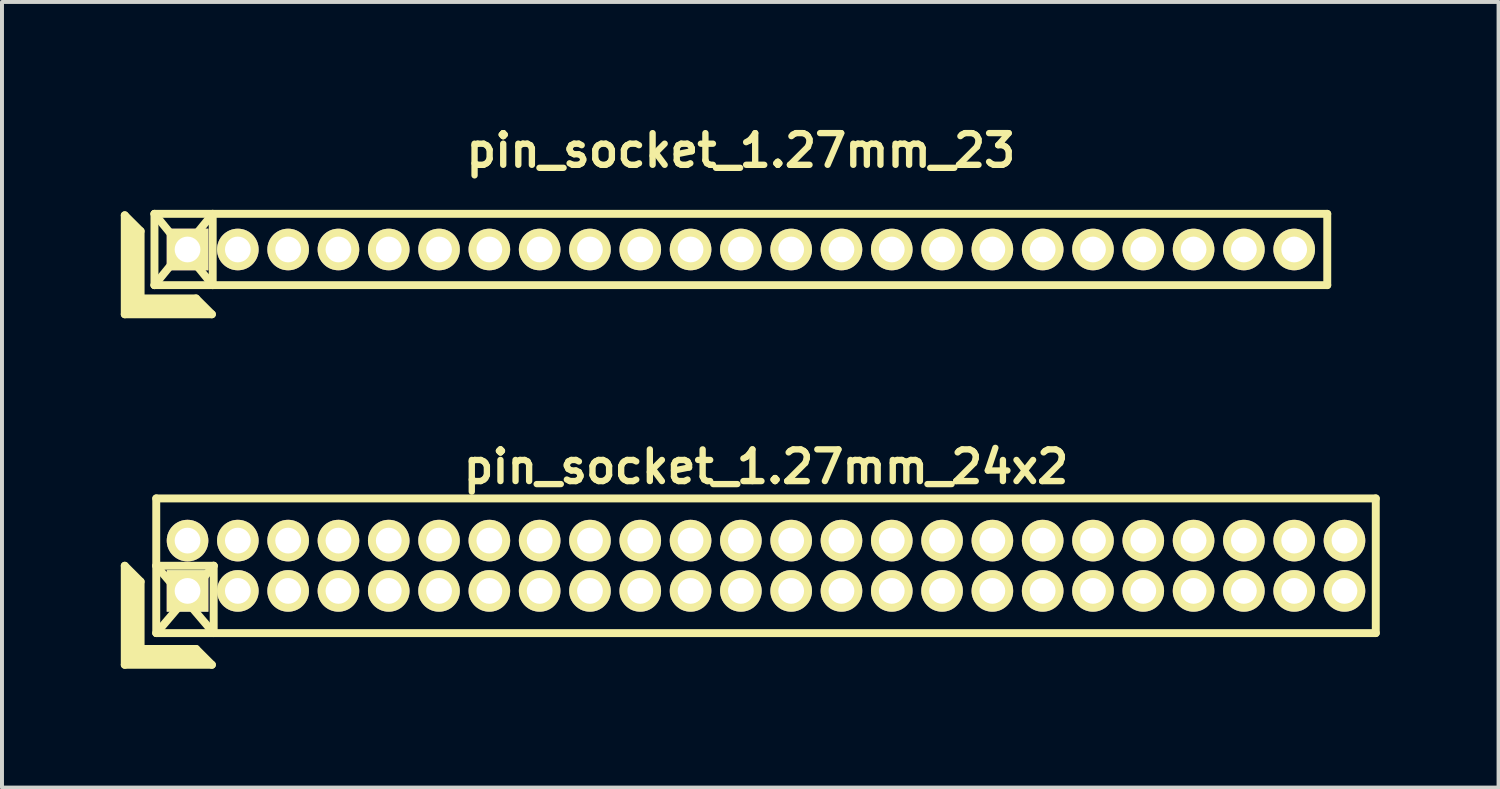
<source format=kicad_pcb>
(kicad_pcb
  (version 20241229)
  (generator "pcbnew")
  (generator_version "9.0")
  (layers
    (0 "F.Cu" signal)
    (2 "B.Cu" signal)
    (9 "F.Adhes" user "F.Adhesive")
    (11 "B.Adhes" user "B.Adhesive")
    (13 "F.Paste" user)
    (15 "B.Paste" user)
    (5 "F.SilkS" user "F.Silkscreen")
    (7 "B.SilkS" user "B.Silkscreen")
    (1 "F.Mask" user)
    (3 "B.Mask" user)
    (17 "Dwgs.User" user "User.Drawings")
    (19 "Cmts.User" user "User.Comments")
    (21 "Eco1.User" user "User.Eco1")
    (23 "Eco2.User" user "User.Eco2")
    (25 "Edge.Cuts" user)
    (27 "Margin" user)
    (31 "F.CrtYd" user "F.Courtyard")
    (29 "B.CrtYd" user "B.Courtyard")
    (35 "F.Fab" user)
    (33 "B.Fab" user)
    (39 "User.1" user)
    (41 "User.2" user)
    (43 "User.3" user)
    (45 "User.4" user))
  (footprint "pin_socket_1.27mm_23"
    (layer "F.Cu")
    (at 15.655 3.249)
    (property "Reference" "pin_socket_1.27mm_23" (at 0 -2.5 0) (layer "F.SilkS") (effects (font (size 0.8 0.8) (thickness 0.16))))
    (attr through_hole)
    (fp_line (start -15.555 -0.864) (end -15.555 1.636) (stroke (width 0.2) (type solid)) (layer "F.SilkS"))
    (fp_line (start -15.555 -0.864) (end -15.155 -0.464) (stroke (width 0.2) (type solid)) (layer "F.SilkS"))
    (fp_line (start -15.555 1.636) (end -13.355 1.636) (stroke (width 0.2) (type solid)) (layer "F.SilkS"))
    (fp_line (start -15.455 1.536) (end -15.455 -0.664) (stroke (width 0.2) (type solid)) (layer "F.SilkS"))
    (fp_line (start -15.455 1.536) (end -13.555 1.536) (stroke (width 0.2) (type solid)) (layer "F.SilkS"))
    (fp_line (start -15.355 1.436) (end -15.355 -0.564) (stroke (width 0.2) (type solid)) (layer "F.SilkS"))
    (fp_line (start -15.355 1.436) (end -13.655 1.436) (stroke (width 0.2) (type solid)) (layer "F.SilkS"))
    (fp_line (start -15.255 1.336) (end -15.255 -0.464) (stroke (width 0.2) (type solid)) (layer "F.SilkS"))
    (fp_line (start -15.255 1.336) (end -13.755 1.336) (stroke (width 0.2) (type solid)) (layer "F.SilkS"))
    (fp_line (start -15.155 1.236) (end -15.155 -0.464) (stroke (width 0.2) (type solid)) (layer "F.SilkS"))
    (fp_line (start -15.155 1.236) (end -13.755 1.236) (stroke (width 0.2) (type solid)) (layer "F.SilkS"))
    (fp_line (start -14.805 -0.9) (end -13.335 0.9) (stroke (width 0.2) (type solid)) (layer "F.SilkS"))
    (fp_line (start -14.805 -0.9) (end 14.805 -0.9) (stroke (width 0.2) (type solid)) (layer "F.SilkS"))
    (fp_line (start -14.805 0.9) (end -14.805 -0.9) (stroke (width 0.2) (type solid)) (layer "F.SilkS"))
    (fp_line (start -14.805 0.9) (end -13.335 -0.9) (stroke (width 0.2) (type solid)) (layer "F.SilkS"))
    (fp_line (start -13.755 1.236) (end -13.355 1.636) (stroke (width 0.2) (type solid)) (layer "F.SilkS"))
    (fp_line (start -13.335 -0.9) (end -13.335 0.9) (stroke (width 0.2) (type solid)) (layer "F.SilkS"))
    (fp_line (start 14.805 -0.9) (end 14.805 0.9) (stroke (width 0.2) (type solid)) (layer "F.SilkS"))
    (fp_line (start 14.805 0.9) (end -14.805 0.9) (stroke (width 0.2) (type solid)) (layer "F.SilkS"))
    (pad "1" thru_hole rect (at -13.97 0) (size 1.05 1.05) (drill 0.65) (layers "*.Cu" "*.Mask" "F.SilkS"))
    (pad "2" thru_hole oval (at -12.7 0) (size 1.05 1.05) (drill 0.65) (layers "*.Cu" "*.Mask" "F.SilkS"))
    (pad "3" thru_hole oval (at -11.43 0) (size 1.05 1.05) (drill 0.65) (layers "*.Cu" "*.Mask" "F.SilkS"))
    (pad "4" thru_hole oval (at -10.16 0) (size 1.05 1.05) (drill 0.65) (layers "*.Cu" "*.Mask" "F.SilkS"))
    (pad "5" thru_hole oval (at -8.89 0) (size 1.05 1.05) (drill 0.65) (layers "*.Cu" "*.Mask" "F.SilkS"))
    (pad "6" thru_hole oval (at -7.62 0) (size 1.05 1.05) (drill 0.65) (layers "*.Cu" "*.Mask" "F.SilkS"))
    (pad "7" thru_hole oval (at -6.35 0) (size 1.05 1.05) (drill 0.65) (layers "*.Cu" "*.Mask" "F.SilkS"))
    (pad "8" thru_hole oval (at -5.08 0) (size 1.05 1.05) (drill 0.65) (layers "*.Cu" "*.Mask" "F.SilkS"))
    (pad "9" thru_hole oval (at -3.81 0) (size 1.05 1.05) (drill 0.65) (layers "*.Cu" "*.Mask" "F.SilkS"))
    (pad "10" thru_hole oval (at -2.54 0) (size 1.05 1.05) (drill 0.65) (layers "*.Cu" "*.Mask" "F.SilkS"))
    (pad "11" thru_hole oval (at -1.27 0) (size 1.05 1.05) (drill 0.65) (layers "*.Cu" "*.Mask" "F.SilkS"))
    (pad "12" thru_hole oval (at 0 0) (size 1.05 1.05) (drill 0.65) (layers "*.Cu" "*.Mask" "F.SilkS"))
    (pad "13" thru_hole oval (at 1.27 0) (size 1.05 1.05) (drill 0.65) (layers "*.Cu" "*.Mask" "F.SilkS"))
    (pad "14" thru_hole oval (at 2.54 0) (size 1.05 1.05) (drill 0.65) (layers "*.Cu" "*.Mask" "F.SilkS"))
    (pad "15" thru_hole oval (at 3.81 0) (size 1.05 1.05) (drill 0.65) (layers "*.Cu" "*.Mask" "F.SilkS"))
    (pad "16" thru_hole oval (at 5.08 0) (size 1.05 1.05) (drill 0.65) (layers "*.Cu" "*.Mask" "F.SilkS"))
    (pad "17" thru_hole oval (at 6.35 0) (size 1.05 1.05) (drill 0.65) (layers "*.Cu" "*.Mask" "F.SilkS"))
    (pad "18" thru_hole oval (at 7.62 0) (size 1.05 1.05) (drill 0.65) (layers "*.Cu" "*.Mask" "F.SilkS"))
    (pad "19" thru_hole oval (at 8.89 0) (size 1.05 1.05) (drill 0.65) (layers "*.Cu" "*.Mask" "F.SilkS"))
    (pad "20" thru_hole oval (at 10.16 0) (size 1.05 1.05) (drill 0.65) (layers "*.Cu" "*.Mask" "F.SilkS"))
    (pad "21" thru_hole oval (at 11.43 0) (size 1.05 1.05) (drill 0.65) (layers "*.Cu" "*.Mask" "F.SilkS"))
    (pad "22" thru_hole oval (at 12.7 0) (size 1.05 1.05) (drill 0.65) (layers "*.Cu" "*.Mask" "F.SilkS"))
    (pad "23" thru_hole oval (at 13.97 0) (size 1.05 1.05) (drill 0.65) (layers "*.Cu" "*.Mask" "F.SilkS")))
  (footprint "pin_socket_1.27mm_24x2"
    (layer "F.Cu")
    (at 16.29 11.234)
    (property "Reference" "pin_socket_1.27mm_24x2" (at 0 -2.5 0) (layer "F.SilkS") (effects (font (size 0.8 0.8) (thickness 0.16))))
    (attr through_hole)
    (fp_line (start -16.19 0) (end -16.19 2.5) (stroke (width 0.2) (type solid)) (layer "F.SilkS"))
    (fp_line (start -16.19 0) (end -15.79 0.4) (stroke (width 0.2) (type solid)) (layer "F.SilkS"))
    (fp_line (start -16.19 2.5) (end -13.99 2.5) (stroke (width 0.2) (type solid)) (layer "F.SilkS"))
    (fp_line (start -16.09 2.4) (end -16.09 0.2) (stroke (width 0.2) (type solid)) (layer "F.SilkS"))
    (fp_line (start -16.09 2.4) (end -14.19 2.4) (stroke (width 0.2) (type solid)) (layer "F.SilkS"))
    (fp_line (start -15.99 2.3) (end -15.99 0.3) (stroke (width 0.2) (type solid)) (layer "F.SilkS"))
    (fp_line (start -15.99 2.3) (end -14.29 2.3) (stroke (width 0.2) (type solid)) (layer "F.SilkS"))
    (fp_line (start -15.89 2.2) (end -15.89 0.4) (stroke (width 0.2) (type solid)) (layer "F.SilkS"))
    (fp_line (start -15.89 2.2) (end -14.39 2.2) (stroke (width 0.2) (type solid)) (layer "F.SilkS"))
    (fp_line (start -15.79 2.1) (end -15.79 0.4) (stroke (width 0.2) (type solid)) (layer "F.SilkS"))
    (fp_line (start -15.79 2.1) (end -14.39 2.1) (stroke (width 0.2) (type solid)) (layer "F.SilkS"))
    (fp_line (start -15.395 -1.7) (end 15.395 -1.7) (stroke (width 0.2) (type solid)) (layer "F.SilkS"))
    (fp_line (start -15.395 0) (end -13.945 0) (stroke (width 0.2) (type solid)) (layer "F.SilkS"))
    (fp_line (start -15.395 0) (end -13.945 1.7) (stroke (width 0.2) (type solid)) (layer "F.SilkS"))
    (fp_line (start -15.395 1.7) (end -15.395 -1.7) (stroke (width 0.2) (type solid)) (layer "F.SilkS"))
    (fp_line (start -14.39 2.1) (end -13.99 2.5) (stroke (width 0.2) (type solid)) (layer "F.SilkS"))
    (fp_line (start -13.945 0) (end -15.39 1.7) (stroke (width 0.2) (type solid)) (layer "F.SilkS"))
    (fp_line (start -13.945 0) (end -13.945 1.7) (stroke (width 0.2) (type solid)) (layer "F.SilkS"))
    (fp_line (start 15.395 -1.7) (end 15.395 1.7) (stroke (width 0.2) (type solid)) (layer "F.SilkS"))
    (fp_line (start 15.395 1.7) (end -15.395 1.7) (stroke (width 0.2) (type solid)) (layer "F.SilkS"))
    (pad "1" thru_hole rect (at -14.605 0.635) (size 1.05 1.05) (drill 0.65) (layers "*.Cu" "*.Mask" "F.SilkS"))
    (pad "2" thru_hole oval (at -14.605 -0.635) (size 1.05 1.05) (drill 0.65) (layers "*.Cu" "*.Mask" "F.SilkS"))
    (pad "3" thru_hole oval (at -13.335 0.635) (size 1.05 1.05) (drill 0.65) (layers "*.Cu" "*.Mask" "F.SilkS"))
    (pad "4" thru_hole oval (at -13.335 -0.635) (size 1.05 1.05) (drill 0.65) (layers "*.Cu" "*.Mask" "F.SilkS"))
    (pad "5" thru_hole oval (at -12.065 0.635) (size 1.05 1.05) (drill 0.65) (layers "*.Cu" "*.Mask" "F.SilkS"))
    (pad "6" thru_hole oval (at -12.065 -0.635) (size 1.05 1.05) (drill 0.65) (layers "*.Cu" "*.Mask" "F.SilkS"))
    (pad "7" thru_hole oval (at -10.795 0.635) (size 1.05 1.05) (drill 0.65) (layers "*.Cu" "*.Mask" "F.SilkS"))
    (pad "8" thru_hole oval (at -10.795 -0.635) (size 1.05 1.05) (drill 0.65) (layers "*.Cu" "*.Mask" "F.SilkS"))
    (pad "9" thru_hole oval (at -9.525 0.635) (size 1.05 1.05) (drill 0.65) (layers "*.Cu" "*.Mask" "F.SilkS"))
    (pad "10" thru_hole oval (at -9.525 -0.635) (size 1.05 1.05) (drill 0.65) (layers "*.Cu" "*.Mask" "F.SilkS"))
    (pad "11" thru_hole oval (at -8.255 0.635) (size 1.05 1.05) (drill 0.65) (layers "*.Cu" "*.Mask" "F.SilkS"))
    (pad "12" thru_hole oval (at -8.255 -0.635) (size 1.05 1.05) (drill 0.65) (layers "*.Cu" "*.Mask" "F.SilkS"))
    (pad "13" thru_hole oval (at -6.985 0.635) (size 1.05 1.05) (drill 0.65) (layers "*.Cu" "*.Mask" "F.SilkS"))
    (pad "14" thru_hole oval (at -6.985 -0.635) (size 1.05 1.05) (drill 0.65) (layers "*.Cu" "*.Mask" "F.SilkS"))
    (pad "15" thru_hole oval (at -5.715 0.635) (size 1.05 1.05) (drill 0.65) (layers "*.Cu" "*.Mask" "F.SilkS"))
    (pad "16" thru_hole oval (at -5.715 -0.635) (size 1.05 1.05) (drill 0.65) (layers "*.Cu" "*.Mask" "F.SilkS"))
    (pad "17" thru_hole oval (at -4.445 0.635) (size 1.05 1.05) (drill 0.65) (layers "*.Cu" "*.Mask" "F.SilkS"))
    (pad "18" thru_hole oval (at -4.445 -0.635) (size 1.05 1.05) (drill 0.65) (layers "*.Cu" "*.Mask" "F.SilkS"))
    (pad "19" thru_hole oval (at -3.175 0.635) (size 1.05 1.05) (drill 0.65) (layers "*.Cu" "*.Mask" "F.SilkS"))
    (pad "20" thru_hole oval (at -3.175 -0.635) (size 1.05 1.05) (drill 0.65) (layers "*.Cu" "*.Mask" "F.SilkS"))
    (pad "21" thru_hole oval (at -1.905 0.635) (size 1.05 1.05) (drill 0.65) (layers "*.Cu" "*.Mask" "F.SilkS"))
    (pad "22" thru_hole oval (at -1.905 -0.635) (size 1.05 1.05) (drill 0.65) (layers "*.Cu" "*.Mask" "F.SilkS"))
    (pad "23" thru_hole oval (at -0.635 0.635) (size 1.05 1.05) (drill 0.65) (layers "*.Cu" "*.Mask" "F.SilkS"))
    (pad "24" thru_hole oval (at -0.635 -0.635) (size 1.05 1.05) (drill 0.65) (layers "*.Cu" "*.Mask" "F.SilkS"))
    (pad "25" thru_hole oval (at 0.635 0.635) (size 1.05 1.05) (drill 0.65) (layers "*.Cu" "*.Mask" "F.SilkS"))
    (pad "26" thru_hole oval (at 0.635 -0.635) (size 1.05 1.05) (drill 0.65) (layers "*.Cu" "*.Mask" "F.SilkS"))
    (pad "27" thru_hole oval (at 1.905 0.635) (size 1.05 1.05) (drill 0.65) (layers "*.Cu" "*.Mask" "F.SilkS"))
    (pad "28" thru_hole oval (at 1.905 -0.635) (size 1.05 1.05) (drill 0.65) (layers "*.Cu" "*.Mask" "F.SilkS"))
    (pad "29" thru_hole oval (at 3.175 0.635) (size 1.05 1.05) (drill 0.65) (layers "*.Cu" "*.Mask" "F.SilkS"))
    (pad "30" thru_hole oval (at 3.175 -0.635) (size 1.05 1.05) (drill 0.65) (layers "*.Cu" "*.Mask" "F.SilkS"))
    (pad "31" thru_hole oval (at 4.445 0.635) (size 1.05 1.05) (drill 0.65) (layers "*.Cu" "*.Mask" "F.SilkS"))
    (pad "32" thru_hole oval (at 4.445 -0.635) (size 1.05 1.05) (drill 0.65) (layers "*.Cu" "*.Mask" "F.SilkS"))
    (pad "33" thru_hole oval (at 5.715 0.635) (size 1.05 1.05) (drill 0.65) (layers "*.Cu" "*.Mask" "F.SilkS"))
    (pad "34" thru_hole oval (at 5.715 -0.635) (size 1.05 1.05) (drill 0.65) (layers "*.Cu" "*.Mask" "F.SilkS"))
    (pad "35" thru_hole oval (at 6.985 0.635) (size 1.05 1.05) (drill 0.65) (layers "*.Cu" "*.Mask" "F.SilkS"))
    (pad "36" thru_hole oval (at 6.985 -0.635) (size 1.05 1.05) (drill 0.65) (layers "*.Cu" "*.Mask" "F.SilkS"))
    (pad "37" thru_hole oval (at 8.255 0.635) (size 1.05 1.05) (drill 0.65) (layers "*.Cu" "*.Mask" "F.SilkS"))
    (pad "38" thru_hole oval (at 8.255 -0.635) (size 1.05 1.05) (drill 0.65) (layers "*.Cu" "*.Mask" "F.SilkS"))
    (pad "39" thru_hole oval (at 9.525 0.635) (size 1.05 1.05) (drill 0.65) (layers "*.Cu" "*.Mask" "F.SilkS"))
    (pad "40" thru_hole oval (at 9.525 -0.635) (size 1.05 1.05) (drill 0.65) (layers "*.Cu" "*.Mask" "F.SilkS"))
    (pad "41" thru_hole oval (at 10.795 0.635) (size 1.05 1.05) (drill 0.65) (layers "*.Cu" "*.Mask" "F.SilkS"))
    (pad "42" thru_hole oval (at 10.795 -0.635) (size 1.05 1.05) (drill 0.65) (layers "*.Cu" "*.Mask" "F.SilkS"))
    (pad "43" thru_hole oval (at 12.065 0.635) (size 1.05 1.05) (drill 0.65) (layers "*.Cu" "*.Mask" "F.SilkS"))
    (pad "44" thru_hole oval (at 12.065 -0.635) (size 1.05 1.05) (drill 0.65) (layers "*.Cu" "*.Mask" "F.SilkS"))
    (pad "45" thru_hole oval (at 13.335 0.635) (size 1.05 1.05) (drill 0.65) (layers "*.Cu" "*.Mask" "F.SilkS"))
    (pad "46" thru_hole oval (at 13.335 -0.635) (size 1.05 1.05) (drill 0.65) (layers "*.Cu" "*.Mask" "F.SilkS"))
    (pad "47" thru_hole oval (at 14.605 0.635) (size 1.05 1.05) (drill 0.65) (layers "*.Cu" "*.Mask" "F.SilkS"))
    (pad "48" thru_hole oval (at 14.605 -0.635) (size 1.05 1.05) (drill 0.65) (layers "*.Cu" "*.Mask" "F.SilkS")))
  (gr_rect
    (start -3 -3)
    (end 34.785 16.834)
    (stroke (width 0.1) (type default))
    (fill no)
    (layer "Edge.Cuts")))
</source>
